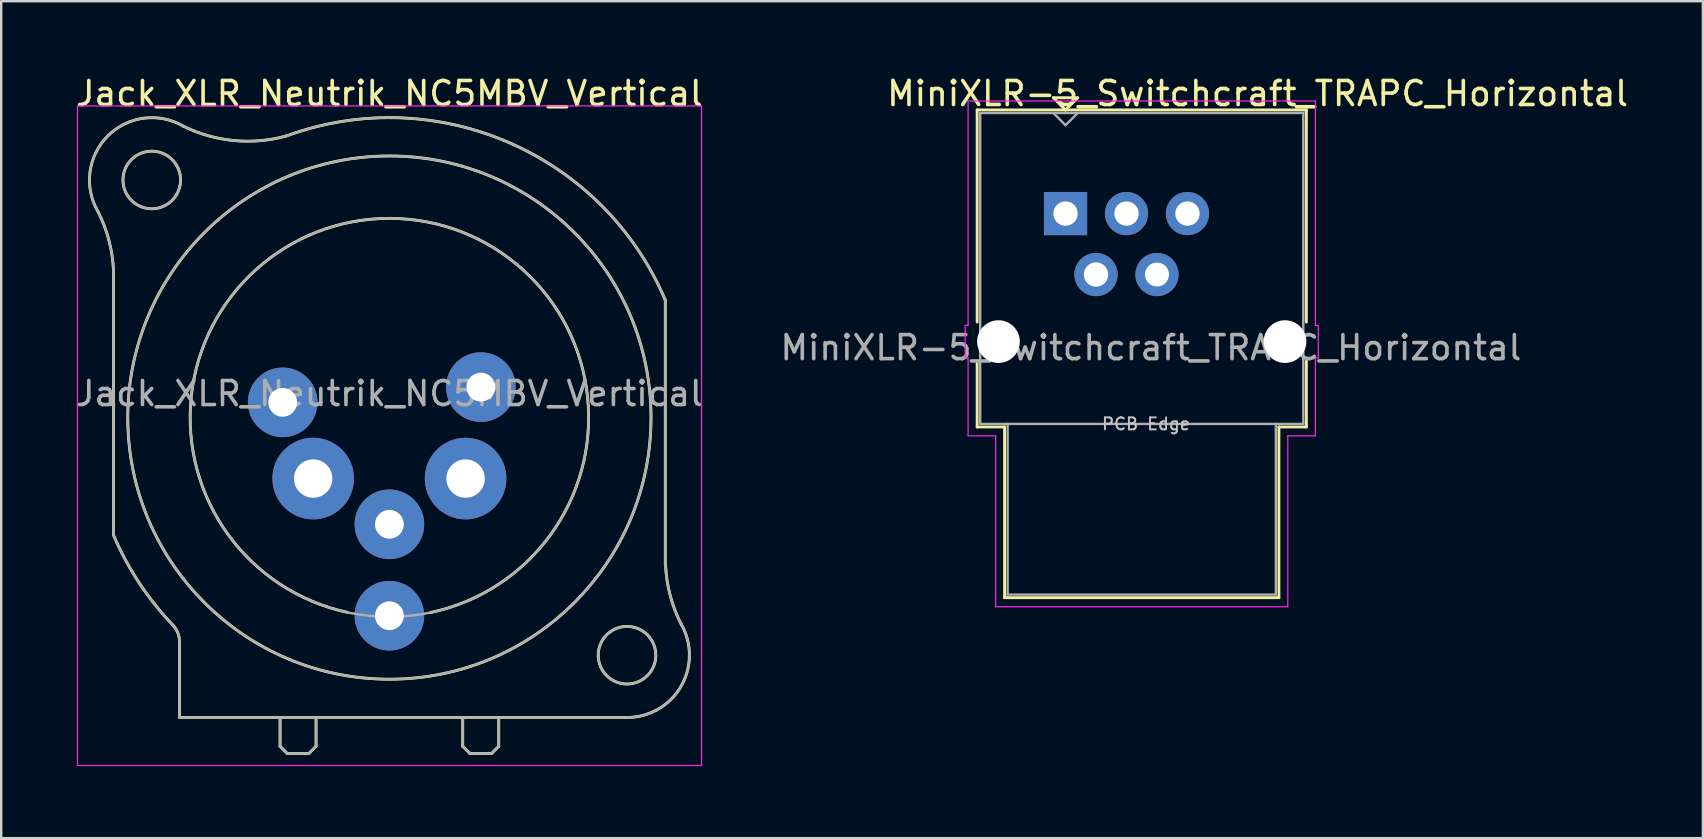
<source format=kicad_pcb>
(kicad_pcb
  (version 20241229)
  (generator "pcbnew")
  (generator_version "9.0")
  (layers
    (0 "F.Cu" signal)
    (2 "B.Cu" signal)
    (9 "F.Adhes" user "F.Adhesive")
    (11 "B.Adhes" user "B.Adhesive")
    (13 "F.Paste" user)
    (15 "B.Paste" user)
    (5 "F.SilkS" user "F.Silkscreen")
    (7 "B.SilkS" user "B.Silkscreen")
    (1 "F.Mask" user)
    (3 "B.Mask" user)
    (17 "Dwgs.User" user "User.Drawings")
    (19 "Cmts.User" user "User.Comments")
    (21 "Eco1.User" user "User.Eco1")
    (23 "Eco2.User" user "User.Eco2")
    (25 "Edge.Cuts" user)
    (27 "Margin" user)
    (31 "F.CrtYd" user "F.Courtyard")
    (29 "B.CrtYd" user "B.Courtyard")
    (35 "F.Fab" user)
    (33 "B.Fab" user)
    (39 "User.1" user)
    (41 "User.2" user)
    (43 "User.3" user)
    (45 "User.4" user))
  (footprint "Jack_XLR_Neutrik_NC5MBV_Vertical"
    (layer "F.Cu")
    (at 8.728 13.713)
    (property "Reference" "Jack_XLR_Neutrik_NC5MBV_Vertical" (at 4.445 -12.865 0) (layer "F.SilkS") (effects (font (size 1 1) (thickness 0.15))))
    (attr through_hole)
    (fp_line (start -7.05 -5.5) (end -7.05 5.53) (stroke (width 0.12) (type solid)) (layer "F.SilkS"))
    (fp_line (start -4.3 9.97) (end -4.3 13.13) (stroke (width 0.12) (type solid)) (layer "F.SilkS"))
    (fp_line (start -0.11 13.13) (end -0.11 14.33) (stroke (width 0.12) (type solid)) (layer "F.SilkS"))
    (fp_line (start -0.11 14.33) (end 0.19 14.63) (stroke (width 0.12) (type solid)) (layer "F.SilkS"))
    (fp_line (start 0.19 14.63) (end 1.09 14.63) (stroke (width 0.12) (type solid)) (layer "F.SilkS"))
    (fp_line (start 1.39 13.13) (end 1.39 14.33) (stroke (width 0.12) (type solid)) (layer "F.SilkS"))
    (fp_line (start 1.39 14.33) (end 1.09 14.63) (stroke (width 0.12) (type solid)) (layer "F.SilkS"))
    (fp_line (start 7.5 13.13) (end 7.5 14.33) (stroke (width 0.12) (type solid)) (layer "F.SilkS"))
    (fp_line (start 7.5 14.33) (end 7.8 14.63) (stroke (width 0.12) (type solid)) (layer "F.SilkS"))
    (fp_line (start 8.7 14.63) (end 7.8 14.63) (stroke (width 0.12) (type solid)) (layer "F.SilkS"))
    (fp_line (start 9 13.13) (end 9 14.33) (stroke (width 0.12) (type solid)) (layer "F.SilkS"))
    (fp_line (start 9 14.33) (end 8.7 14.63) (stroke (width 0.12) (type solid)) (layer "F.SilkS"))
    (fp_line (start 14.34 13.13) (end -4.3 13.13) (stroke (width 0.12) (type solid)) (layer "F.SilkS"))
    (fp_line (start 15.94 6.77) (end 15.94 -4.26) (stroke (width 0.12) (type solid)) (layer "F.SilkS"))
    (fp_arc (start -7.706072 -7.969016) (mid -7.245016 -6.769854) (end -7.05 -5.5) (stroke (width 0.12) (type solid)) (layer "F.SilkS"))
    (fp_arc (start -7.701898 -7.960402) (mid -7.280108 -11.106809) (end -4.13 -11.5) (stroke (width 0.12) (type solid)) (layer "F.SilkS"))
    (fp_arc (start -4.57767 9.277192) (mid -5.983521 7.515552) (end -7.05 5.53) (stroke (width 0.12) (type solid)) (layer "F.SilkS"))
    (fp_arc (start -4.577033 9.279118) (mid -4.371839 9.597822) (end -4.3 9.97) (stroke (width 0.12) (type solid)) (layer "F.SilkS"))
    (fp_arc (start 0.155138 -11.099295) (mid -2.024203 -10.906412) (end -4.13 -11.5) (stroke (width 0.12) (type solid)) (layer "F.SilkS"))
    (fp_arc (start 0.15831 -11.100431) (mid 9.413683 -10.828344) (end 15.94 -4.26) (stroke (width 0.12) (type solid)) (layer "F.SilkS"))
    (fp_arc (start 2.7 8.75) (mid 4.457421 -7.665488) (end 6.165706 8.755186) (stroke (width 0.12) (type solid)) (layer "F.SilkS"))
    (fp_arc (start 15.548589 12.832023) (mid 14.96239 13.054406) (end 14.34 13.13) (stroke (width 0.12) (type solid)) (layer "F.SilkS"))
    (fp_arc (start 16.602795 9.242305) (mid 16.840071 11.256668) (end 15.56 12.83) (stroke (width 0.12) (type solid)) (layer "F.SilkS"))
    (fp_arc (start 16.607596 9.253415) (mid 16.144453 8.047281) (end 15.95 6.77) (stroke (width 0.12) (type solid)) (layer "F.SilkS"))
    (fp_circle (center -5.455 -9.265) (end -4.255 -9.265) (stroke (width 0.12) (type solid)) (fill no) (layer "F.SilkS"))
    (fp_circle (center 4.445 0.635) (end 15.345 0.635) (stroke (width 0.12) (type solid)) (fill no) (layer "F.SilkS"))
    (fp_circle (center 14.345 10.535) (end 15.545 10.535) (stroke (width 0.12) (type solid)) (fill no) (layer "F.SilkS"))
    (fp_line (start -8.55 -12.35) (end 17.45 -12.35) (stroke (width 0.05) (type solid)) (layer "F.CrtYd"))
    (fp_line (start -8.55 15.13) (end -8.55 -12.35) (stroke (width 0.05) (type solid)) (layer "F.CrtYd"))
    (fp_line (start 17.45 -12.35) (end 17.45 15.13) (stroke (width 0.05) (type solid)) (layer "F.CrtYd"))
    (fp_line (start 17.45 15.13) (end -8.55 15.13) (stroke (width 0.05) (type solid)) (layer "F.CrtYd"))
    (fp_line (start -7.05 -5.5) (end -7.05 5.53) (stroke (width 0.1) (type solid)) (layer "F.Fab"))
    (fp_line (start -4.3 9.97) (end -4.3 13.13) (stroke (width 0.1) (type solid)) (layer "F.Fab"))
    (fp_line (start -0.11 13.13) (end -0.11 14.33) (stroke (width 0.1) (type solid)) (layer "F.Fab"))
    (fp_line (start -0.11 14.33) (end 0.19 14.63) (stroke (width 0.1) (type solid)) (layer "F.Fab"))
    (fp_line (start 0.19 14.63) (end 1.09 14.63) (stroke (width 0.1) (type solid)) (layer "F.Fab"))
    (fp_line (start 1.39 13.13) (end 1.39 14.33) (stroke (width 0.1) (type solid)) (layer "F.Fab"))
    (fp_line (start 1.39 14.33) (end 1.09 14.63) (stroke (width 0.1) (type solid)) (layer "F.Fab"))
    (fp_line (start 7.5 13.13) (end 7.5 14.33) (stroke (width 0.1) (type solid)) (layer "F.Fab"))
    (fp_line (start 7.5 14.33) (end 7.8 14.63) (stroke (width 0.1) (type solid)) (layer "F.Fab"))
    (fp_line (start 8.7 14.63) (end 7.8 14.63) (stroke (width 0.1) (type solid)) (layer "F.Fab"))
    (fp_line (start 9 13.13) (end 9 14.33) (stroke (width 0.1) (type solid)) (layer "F.Fab"))
    (fp_line (start 9 14.33) (end 8.7 14.63) (stroke (width 0.1) (type solid)) (layer "F.Fab"))
    (fp_line (start 14.34 13.13) (end -4.3 13.13) (stroke (width 0.1) (type solid)) (layer "F.Fab"))
    (fp_line (start 15.94 6.77) (end 15.94 -4.26) (stroke (width 0.1) (type solid)) (layer "F.Fab"))
    (fp_arc (start -7.706072 -7.969016) (mid -7.245016 -6.769854) (end -7.05 -5.5) (stroke (width 0.1) (type solid)) (layer "F.Fab"))
    (fp_arc (start -7.701898 -7.960402) (mid -7.280108 -11.106809) (end -4.13 -11.5) (stroke (width 0.1) (type solid)) (layer "F.Fab"))
    (fp_arc (start -4.57767 9.277192) (mid -5.983521 7.515552) (end -7.05 5.53) (stroke (width 0.1) (type solid)) (layer "F.Fab"))
    (fp_arc (start -4.577033 9.279118) (mid -4.371839 9.597822) (end -4.3 9.97) (stroke (width 0.1) (type solid)) (layer "F.Fab"))
    (fp_arc (start 0.155138 -11.099295) (mid -2.024203 -10.906412) (end -4.13 -11.5) (stroke (width 0.1) (type solid)) (layer "F.Fab"))
    (fp_arc (start 0.15831 -11.100431) (mid 9.413683 -10.828344) (end 15.94 -4.26) (stroke (width 0.1) (type solid)) (layer "F.Fab"))
    (fp_arc (start 16.564991 9.168414) (mid 16.616945 11.80321) (end 14.34 13.13) (stroke (width 0.1) (type solid)) (layer "F.Fab"))
    (fp_arc (start 16.574479 9.187942) (mid 16.135172 8.011789) (end 15.95 6.77) (stroke (width 0.1) (type solid)) (layer "F.Fab"))
    (fp_circle (center -5.455 -9.265) (end -4.255 -9.265) (stroke (width 0.1) (type solid)) (fill no) (layer "F.Fab"))
    (fp_circle (center 4.445 0.635) (end 12.745 0.635) (stroke (width 0.1) (type solid)) (fill no) (layer "F.Fab"))
    (fp_circle (center 4.445 0.635) (end 15.345 0.635) (stroke (width 0.1) (type solid)) (fill no) (layer "F.Fab"))
    (fp_circle (center 14.345 10.535) (end 15.545 10.535) (stroke (width 0.1) (type solid)) (fill no) (layer "F.Fab"))
    (fp_text user "${REFERENCE}" (at 4.445 -0.365 0) (layer "F.Fab") (effects (font (size 1 1) (thickness 0.15))))
    (pad "1" thru_hole circle (at 0 0) (size 2.9 2.9) (drill 1.2) (layers "*.Cu" "*.Mask"))
    (pad "2" thru_hole circle (at 1.27 3.175) (size 3.4 3.4) (drill 1.6) (layers "*.Cu" "*.Mask"))
    (pad "3" thru_hole circle (at 4.445 5.08) (size 2.9 2.9) (drill 1.2) (layers "*.Cu" "*.Mask"))
    (pad "4" thru_hole circle (at 7.62 3.175) (size 3.4 3.4) (drill 1.6) (layers "*.Cu" "*.Mask"))
    (pad "5" thru_hole circle (at 8.255 -0.635) (size 2.9 2.9) (drill 1.2) (layers "*.Cu" "*.Mask"))
    (pad "G" thru_hole circle (at 4.445 8.89) (size 2.9 2.9) (drill 1.2) (layers "*.Cu" "*.Mask")))
  (footprint "MiniXLR-5_Switchcraft_TRAPC_Horizontal"
    (layer "F.Cu")
    (at 41.343 5.848)
    (property "Reference" "MiniXLR-5_Switchcraft_TRAPC_Horizontal" (at 8 -5 180) (layer "F.SilkS") (effects (font (size 1 1) (thickness 0.15))))
    (attr through_hole)
    (fp_line (start -3.683 4.52) (end -3.683 -4.318) (stroke (width 0.12) (type solid)) (layer "F.SilkS"))
    (fp_line (start -3.683 8.89) (end -3.683 6.15) (stroke (width 0.12) (type solid)) (layer "F.SilkS"))
    (fp_line (start -2.54 8.89) (end -3.683 8.89) (stroke (width 0.12) (type solid)) (layer "F.SilkS"))
    (fp_line (start -2.54 16.002) (end -2.54 8.89) (stroke (width 0.12) (type solid)) (layer "F.SilkS"))
    (fp_line (start -0.508 -4.826) (end 0.508 -4.826) (stroke (width 0.12) (type solid)) (layer "F.SilkS"))
    (fp_line (start 0 -4.318) (end -0.508 -4.826) (stroke (width 0.12) (type solid)) (layer "F.SilkS"))
    (fp_line (start 0.508 -4.826) (end 0 -4.318) (stroke (width 0.12) (type solid)) (layer "F.SilkS"))
    (fp_line (start 8.89 8.89) (end 8.89 16.002) (stroke (width 0.12) (type solid)) (layer "F.SilkS"))
    (fp_line (start 8.89 16.002) (end -2.54 16.002) (stroke (width 0.12) (type solid)) (layer "F.SilkS"))
    (fp_line (start 10.033 -4.318) (end -3.683 -4.318) (stroke (width 0.12) (type solid)) (layer "F.SilkS"))
    (fp_line (start 10.033 4.52) (end 10.033 -4.318) (stroke (width 0.12) (type solid)) (layer "F.SilkS"))
    (fp_line (start 10.033 8.89) (end 8.89 8.89) (stroke (width 0.12) (type solid)) (layer "F.SilkS"))
    (fp_line (start 10.033 8.89) (end 10.033 6.15) (stroke (width 0.12) (type solid)) (layer "F.SilkS"))
    (fp_line (start -4.18 4.66) (end -4.18 6.01) (stroke (width 0.05) (type solid)) (layer "F.CrtYd"))
    (fp_line (start -4.18 6.01) (end -4.06 6.01) (stroke (width 0.05) (type solid)) (layer "F.CrtYd"))
    (fp_line (start -4.06 -4.69) (end -4.06 4.66) (stroke (width 0.05) (type solid)) (layer "F.CrtYd"))
    (fp_line (start -4.06 -4.69) (end 10.41 -4.69) (stroke (width 0.05) (type solid)) (layer "F.CrtYd"))
    (fp_line (start -4.06 4.66) (end -4.18 4.66) (stroke (width 0.05) (type solid)) (layer "F.CrtYd"))
    (fp_line (start -4.06 6.01) (end -4.06 9.26) (stroke (width 0.05) (type solid)) (layer "F.CrtYd"))
    (fp_line (start -2.91 9.26) (end -4.06 9.26) (stroke (width 0.05) (type solid)) (layer "F.CrtYd"))
    (fp_line (start -2.91 16.38) (end -2.91 9.26) (stroke (width 0.05) (type solid)) (layer "F.CrtYd"))
    (fp_line (start 9.26 16.38) (end -2.91 16.38) (stroke (width 0.05) (type solid)) (layer "F.CrtYd"))
    (fp_line (start 9.26 16.38) (end 9.26 9.26) (stroke (width 0.05) (type solid)) (layer "F.CrtYd"))
    (fp_line (start 10.41 4.66) (end 10.41 -4.69) (stroke (width 0.05) (type solid)) (layer "F.CrtYd"))
    (fp_line (start 10.41 6.01) (end 10.53 6.01) (stroke (width 0.05) (type solid)) (layer "F.CrtYd"))
    (fp_line (start 10.41 9.26) (end 9.26 9.26) (stroke (width 0.05) (type solid)) (layer "F.CrtYd"))
    (fp_line (start 10.41 9.26) (end 10.41 6.01) (stroke (width 0.05) (type solid)) (layer "F.CrtYd"))
    (fp_line (start 10.53 4.66) (end 10.41 4.66) (stroke (width 0.05) (type solid)) (layer "F.CrtYd"))
    (fp_line (start 10.53 6.01) (end 10.53 4.66) (stroke (width 0.05) (type solid)) (layer "F.CrtYd"))
    (fp_line (start -3.556 -4.191) (end 9.906 -4.191) (stroke (width 0.1) (type solid)) (layer "F.Fab"))
    (fp_line (start -3.556 8.763) (end -3.556 -4.191) (stroke (width 0.1) (type solid)) (layer "F.Fab"))
    (fp_line (start -3.556 8.763) (end 9.906 8.763) (stroke (width 0.1) (type solid)) (layer "F.Fab"))
    (fp_line (start -2.413 8.763) (end -2.413 15.875) (stroke (width 0.1) (type solid)) (layer "F.Fab"))
    (fp_line (start -2.413 15.875) (end 8.763 15.875) (stroke (width 0.1) (type solid)) (layer "F.Fab"))
    (fp_line (start -0.508 -4.191) (end 0 -3.683) (stroke (width 0.1) (type solid)) (layer "F.Fab"))
    (fp_line (start 0 -3.683) (end 0.508 -4.191) (stroke (width 0.1) (type solid)) (layer "F.Fab"))
    (fp_line (start 8.763 15.875) (end 8.763 8.763) (stroke (width 0.1) (type solid)) (layer "F.Fab"))
    (fp_line (start 9.906 8.763) (end 9.906 -4.191) (stroke (width 0.1) (type solid)) (layer "F.Fab"))
    (fp_text user "PCB Edge" (at 3.355 8.763 180) (layer "Dwgs.User") (effects (font (size 0.5 0.5) (thickness 0.08))))
    (fp_text user "${REFERENCE}" (at 3.556 5.588 180) (layer "F.Fab") (effects (font (size 1 1) (thickness 0.15))))
    (pad "" np_thru_hole circle (at -2.794 5.334 180) (size 1.778 1.778) (drill 1.778) (layers "*.Cu" "*.Mask"))
    (pad "" np_thru_hole circle (at 9.144 5.334 180) (size 1.778 1.778) (drill 1.778) (layers "*.Cu" "*.Mask"))
    (pad "1" thru_hole rect (at 0 0 180) (size 1.8 1.8) (drill 1.016) (layers "*.Cu" "*.Mask"))
    (pad "2" thru_hole circle (at 1.27 2.54 180) (size 1.8 1.8) (drill 1.016) (layers "*.Cu" "*.Mask"))
    (pad "3" thru_hole circle (at 3.81 2.54 180) (size 1.8 1.8) (drill 1) (layers "*.Cu" "*.Mask"))
    (pad "4" thru_hole circle (at 5.08 0 180) (size 1.8 1.8) (drill 1.016) (layers "*.Cu" "*.Mask"))
    (pad "5" thru_hole circle (at 2.54 0 180) (size 1.8 1.8) (drill 1.016) (layers "*.Cu" "*.Mask")))
  (gr_rect
    (start -3 -3)
    (end 67.896 31.868)
    (stroke (width 0.1) (type default))
    (fill no)
    (layer "Edge.Cuts")))
</source>
